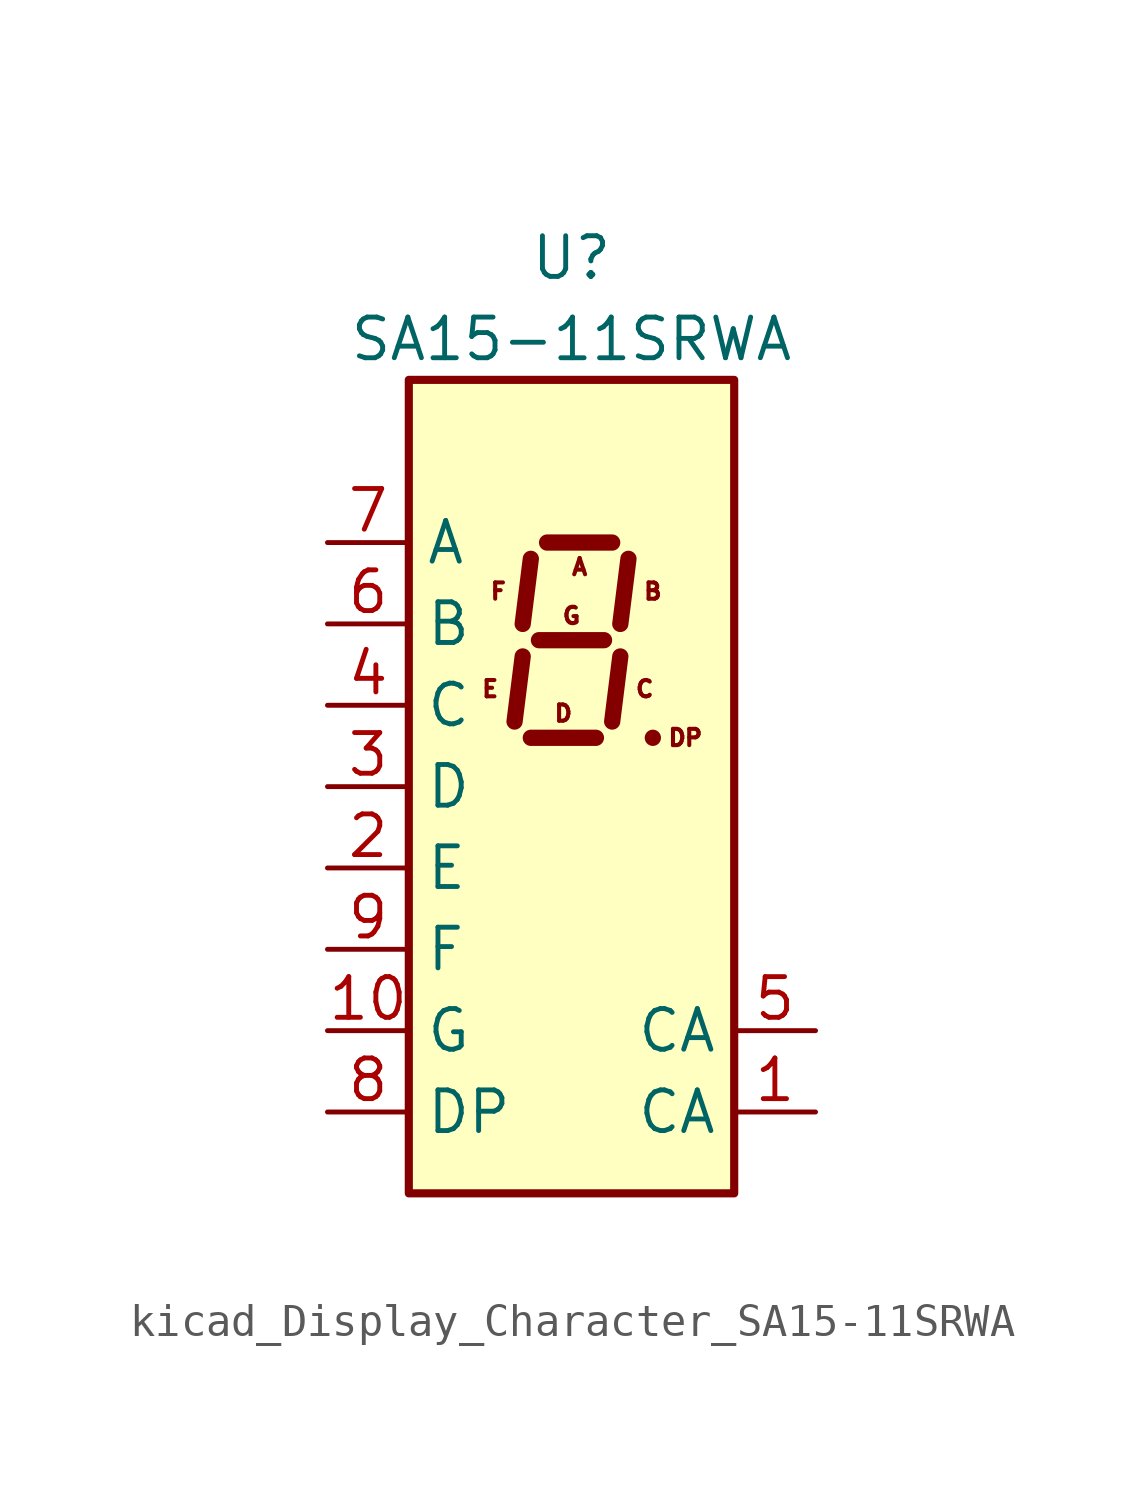
<source format=kicad_sym>
(kicad_symbol_lib
  (version 20220914)
  (generator kicad_symbol_editor)
  (symbol "kicad_Display_Character_SA15-11SRWA"
    (property "Reference" "U"
      (at 0 16.51 0)
      (effects (font (size 1.27 1.27))))
    (property "Value" "SA15-11SRWA"
      (at 0 13.97 0)
      (effects (font (size 1.27 1.27))))
    (symbol "kicad_Display_Character_SA15-11SRWA_1_0"
      (text "A" (at 0.254 6.858 0) (effects (font (size 0.508 0.508))))
      (text "B" (at 2.54 6.096 0) (effects (font (size 0.508 0.508))))
      (text "C" (at 2.286 3.048 0) (effects (font (size 0.508 0.508))))
      (text "D" (at -0.254 2.286 0) (effects (font (size 0.508 0.508))))
      (text "DP" (at 3.556 1.524 0) (effects (font (size 0.508 0.508))))
      (text "E" (at -2.54 3.048 0) (effects (font (size 0.508 0.508))))
      (text "F" (at -2.286 6.096 0) (effects (font (size 0.508 0.508))))
      (text "G" (at 0 5.334 0) (effects (font (size 0.508 0.508)))))
    (symbol "kicad_Display_Character_SA15-11SRWA_1_1"
      (rectangle (start -5.08 12.7) (end 5.08 -12.7) (stroke (width 0.254) (type default)) (fill (type background)))
      (polyline (pts (xy -1.524 4.064) (xy -1.778 2.032)) (stroke (width 0.508) (type default)) (fill (type none)))
      (polyline (pts (xy -1.27 1.524) (xy 0.762 1.524)) (stroke (width 0.508) (type default)) (fill (type none)))
      (polyline (pts (xy -1.27 7.112) (xy -1.524 5.08)) (stroke (width 0.508) (type default)) (fill (type none)))
      (polyline (pts (xy -1.016 4.572) (xy 1.016 4.572)) (stroke (width 0.508) (type default)) (fill (type none)))
      (polyline (pts (xy -0.762 7.62) (xy 1.27 7.62)) (stroke (width 0.508) (type default)) (fill (type none)))
      (polyline (pts (xy 1.524 4.064) (xy 1.27 2.032)) (stroke (width 0.508) (type default)) (fill (type none)))
      (polyline (pts (xy 1.778 7.112) (xy 1.524 5.08)) (stroke (width 0.508) (type default)) (fill (type none)))
      (polyline (pts (xy 2.54 1.524) (xy 2.54 1.524)) (stroke (width 0.508) (type default)) (fill (type none)))
      (pin input line (at 7.62 -10.16 180) (length 2.54) (name "CA" (effects (font (size 1.27 1.27)))) (number "1" (effects (font (size 1.27 1.27)))))
      (pin input line (at -7.62 -7.62 0) (length 2.54) (name "G" (effects (font (size 1.27 1.27)))) (number "10" (effects (font (size 1.27 1.27)))))
      (pin input line (at -7.62 -2.54 0) (length 2.54) (name "E" (effects (font (size 1.27 1.27)))) (number "2" (effects (font (size 1.27 1.27)))))
      (pin input line (at -7.62 0 0) (length 2.54) (name "D" (effects (font (size 1.27 1.27)))) (number "3" (effects (font (size 1.27 1.27)))))
      (pin input line (at -7.62 2.54 0) (length 2.54) (name "C" (effects (font (size 1.27 1.27)))) (number "4" (effects (font (size 1.27 1.27)))))
      (pin input line (at 7.62 -7.62 180) (length 2.54) (name "CA" (effects (font (size 1.27 1.27)))) (number "5" (effects (font (size 1.27 1.27)))))
      (pin input line (at -7.62 5.08 0) (length 2.54) (name "B" (effects (font (size 1.27 1.27)))) (number "6" (effects (font (size 1.27 1.27)))))
      (pin input line (at -7.62 7.62 0) (length 2.54) (name "A" (effects (font (size 1.27 1.27)))) (number "7" (effects (font (size 1.27 1.27)))))
      (pin input line (at -7.62 -10.16 0) (length 2.54) (name "DP" (effects (font (size 1.27 1.27)))) (number "8" (effects (font (size 1.27 1.27)))))
      (pin input line (at -7.62 -5.08 0) (length 2.54) (name "F" (effects (font (size 1.27 1.27)))) (number "9" (effects (font (size 1.27 1.27))))))))
</source>
